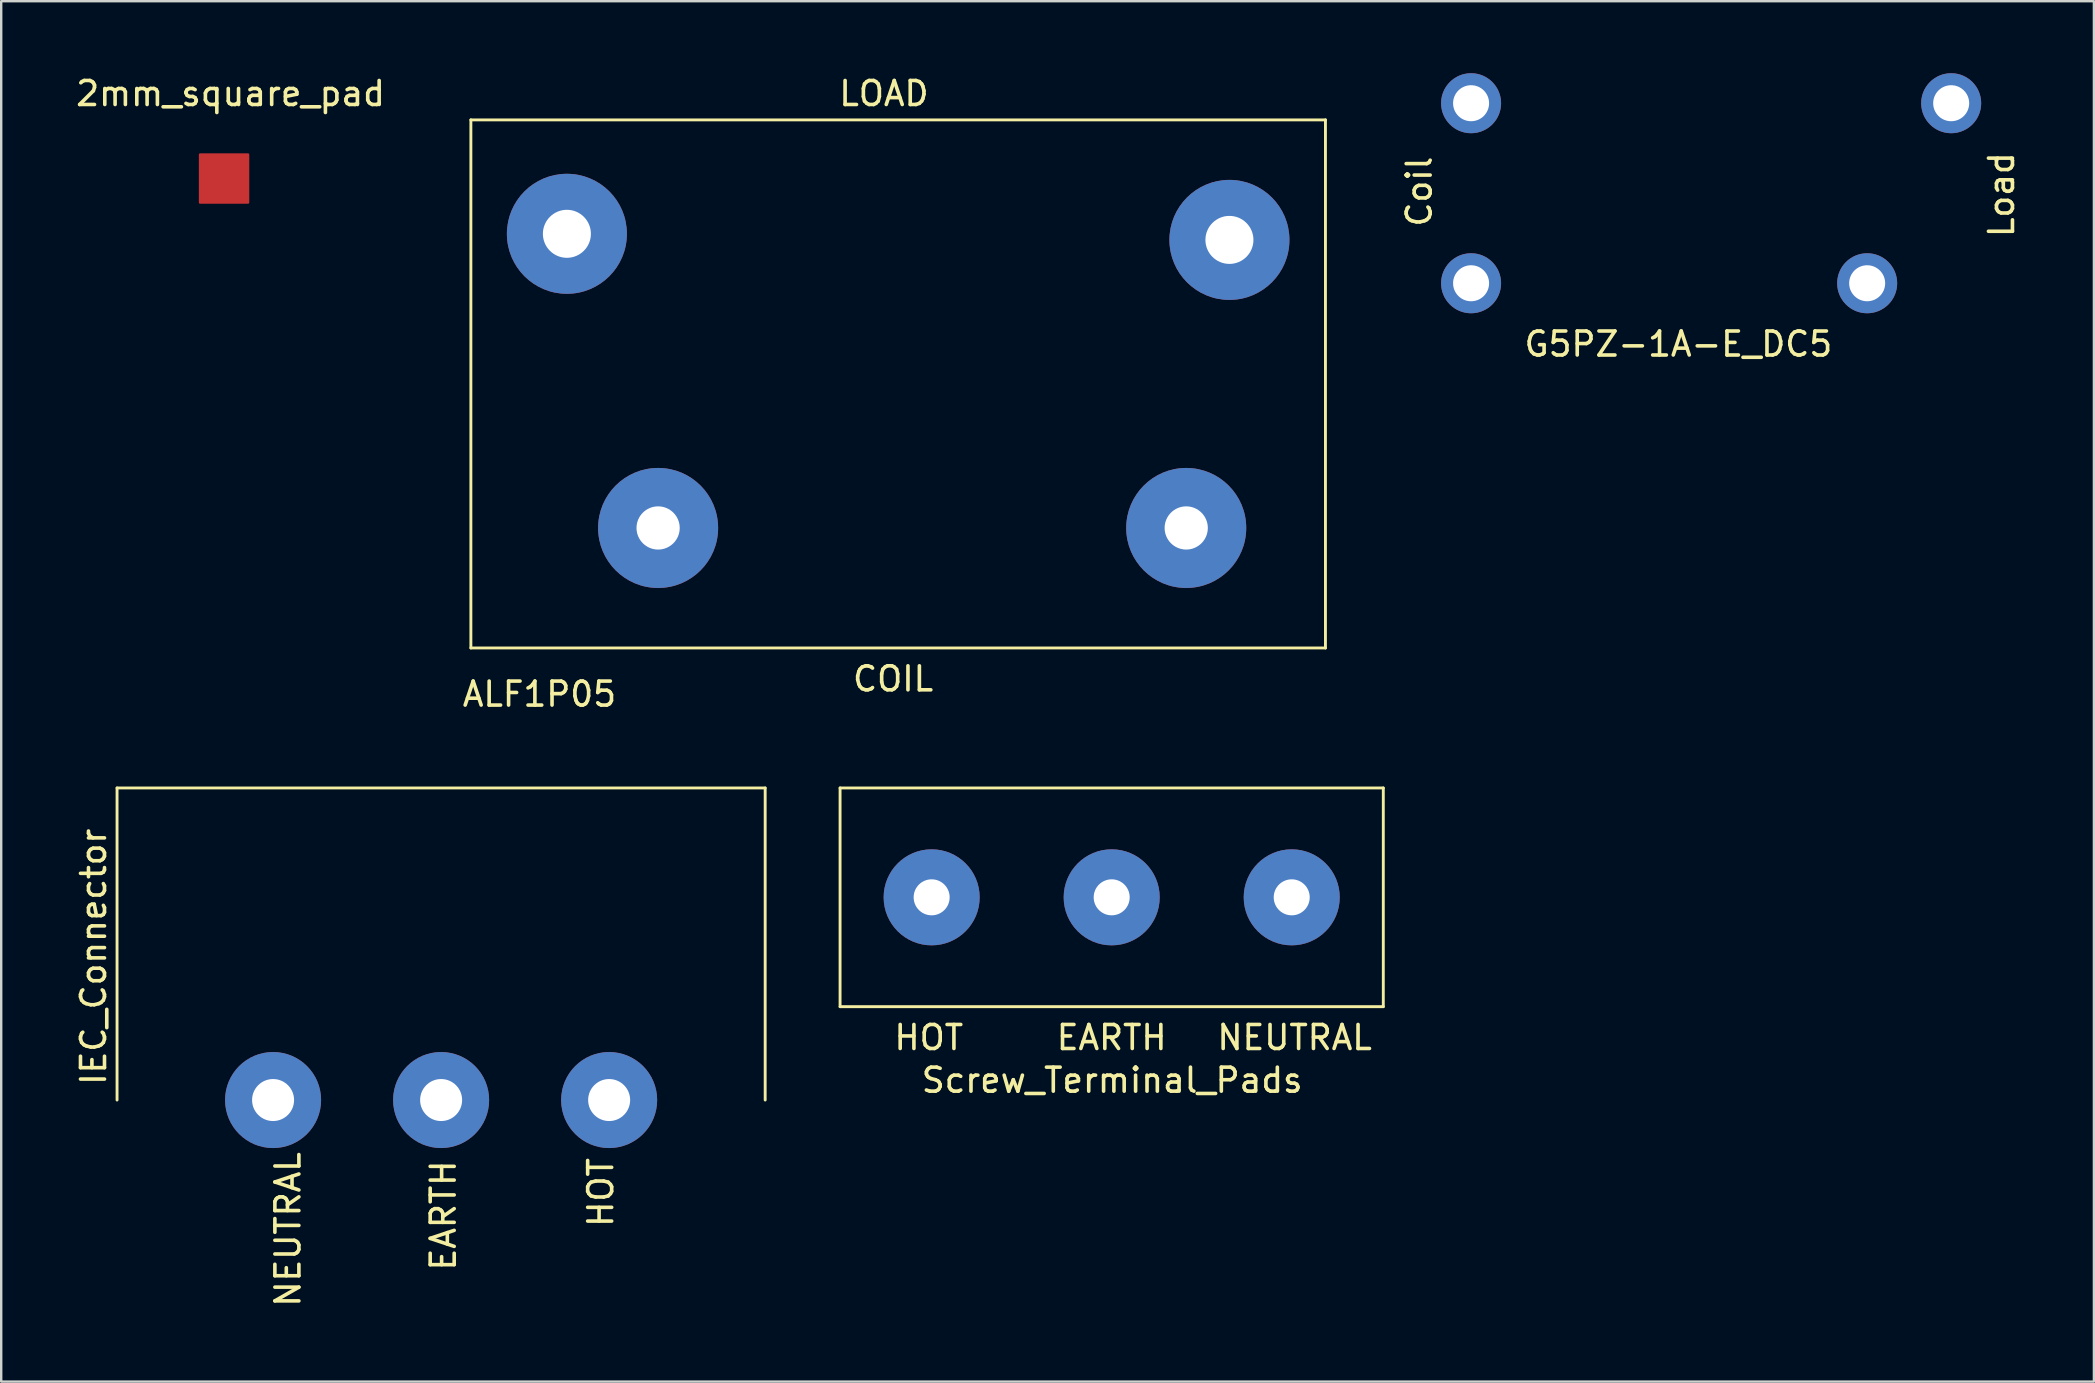
<source format=kicad_pcb>
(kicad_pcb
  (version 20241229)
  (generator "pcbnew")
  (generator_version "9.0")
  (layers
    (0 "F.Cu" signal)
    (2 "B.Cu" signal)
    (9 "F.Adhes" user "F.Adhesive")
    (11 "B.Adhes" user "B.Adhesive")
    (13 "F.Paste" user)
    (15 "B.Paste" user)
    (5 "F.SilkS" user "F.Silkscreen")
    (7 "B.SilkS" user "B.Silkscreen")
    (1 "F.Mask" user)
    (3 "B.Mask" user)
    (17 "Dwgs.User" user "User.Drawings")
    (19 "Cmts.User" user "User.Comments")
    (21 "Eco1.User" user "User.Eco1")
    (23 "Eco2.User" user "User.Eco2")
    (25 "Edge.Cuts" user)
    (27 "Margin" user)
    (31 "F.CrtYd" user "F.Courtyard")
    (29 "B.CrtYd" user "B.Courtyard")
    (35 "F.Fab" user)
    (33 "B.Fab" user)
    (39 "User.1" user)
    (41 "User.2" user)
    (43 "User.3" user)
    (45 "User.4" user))
  (footprint "IEC_Connector"
    (layer "F.Cu")
    (at 15.326 42.776)
    (property "Reference" "IEC_Connector" (at -14.478 -5.969 90) (layer "F.SilkS") (effects (font (size 1 1) (thickness 0.15))))
    (attr through_hole)
    (fp_line (start -13.5 -13) (end 13.5 -13) (stroke (width 0.12) (type solid)) (layer "F.SilkS"))
    (fp_line (start -13.5 0) (end -13.5 -13) (stroke (width 0.12) (type solid)) (layer "F.SilkS"))
    (fp_line (start 13.5 0) (end 13.5 -13) (stroke (width 0.12) (type solid)) (layer "F.SilkS"))
    (fp_text user "HOT" (at 6.65 3.85 270) (layer "F.SilkS") (effects (font (size 1 1) (thickness 0.15))))
    (fp_text user "EARTH" (at 0.09 4.81 270) (layer "F.SilkS") (effects (font (size 1 1) (thickness 0.15))))
    (fp_text user "NEUTRAL" (at -6.38 5.39 90) (layer "F.SilkS") (effects (font (size 1 1) (thickness 0.15))))
    (pad "0" thru_hole circle (at 7 0) (size 4 4) (drill 1.75) (layers "*.Cu" "*.Mask"))
    (pad "1" thru_hole circle (at -7 0) (size 4 4) (drill 1.75) (layers "*.Cu" "*.Mask"))
    (pad "2" thru_hole circle (at 0 0) (size 4 4) (drill 1.75) (layers "*.Cu" "*.Mask")))
  (footprint "Screw_Terminal_Pads"
    (layer "F.Cu")
    (at 43.261 34.331)
    (property "Reference" "Screw_Terminal_Pads" (at 0.02 7.62 0) (layer "F.SilkS") (effects (font (size 1 1) (thickness 0.15))))
    (attr through_hole)
    (fp_line (start -11.315 -4.555) (end 11.315 -4.555) (stroke (width 0.12) (type solid)) (layer "F.SilkS"))
    (fp_line (start -11.315 4.555) (end -11.315 -4.555) (stroke (width 0.12) (type solid)) (layer "F.SilkS"))
    (fp_line (start -11.315 4.555) (end 11.315 4.555) (stroke (width 0.12) (type solid)) (layer "F.SilkS"))
    (fp_line (start 11.315 4.555) (end 11.315 -4.555) (stroke (width 0.12) (type solid)) (layer "F.SilkS"))
    (fp_text user "NEUTRAL" (at 7.62 5.842 0) (layer "F.SilkS") (effects (font (size 1 1) (thickness 0.15))))
    (fp_text user "EARTH" (at 0 5.842 0) (layer "F.SilkS") (effects (font (size 1 1) (thickness 0.15))))
    (fp_text user "HOT" (at -7.62 5.842 0) (layer "F.SilkS") (effects (font (size 1 1) (thickness 0.15))))
    (pad "1" thru_hole circle (at 0 0) (size 4 4) (drill 1.5) (layers "*.Cu" "*.Mask"))
    (pad "2" thru_hole circle (at 7.5 0) (size 4 4) (drill 1.5) (layers "*.Cu" "*.Mask"))
    (pad "3" thru_hole circle (at -7.5 0) (size 4 4) (drill 1.5) (layers "*.Cu" "*.Mask")))
  (footprint "G5PZ-1A-E_DC5"
    (layer "F.Cu")
    (at 58.233 1.25)
    (property "Reference" "G5PZ-1A-E_DC5" (at 8.636 10.033 0) (layer "F.SilkS") (effects (font (size 1 1) (thickness 0.15))))
    (attr through_hole)
    (fp_text user "Coil" (at -2.159 3.683 270) (layer "F.SilkS") (effects (font (size 1 1) (thickness 0.15))))
    (fp_text user "Load" (at 22.098 3.81 90) (layer "F.SilkS") (effects (font (size 1 1) (thickness 0.15))))
    (pad "1" thru_hole circle (at 0 7.5) (size 2.5 2.5) (drill 1.5) (layers "*.Cu" "*.Mask"))
    (pad "2" thru_hole circle (at 0 0) (size 2.5 2.5) (drill 1.5) (layers "*.Cu" "*.Mask"))
    (pad "3" thru_hole circle (at 20 0) (size 2.5 2.5) (drill 1.5) (layers "*.Cu" "*.Mask"))
    (pad "4" thru_hole circle (at 16.5 7.5) (size 2.5 2.5) (drill 1.5) (layers "*.Cu" "*.Mask")))
  (footprint "2mm_square_pad"
    (layer "F.Cu")
    (at 5.284 3.388)
    (property "Reference" "2mm_square_pad" (at 1.27 -2.54 0) (layer "F.SilkS") (effects (font (size 1 1) (thickness 0.15))))
    (attr through_hole)
    (fp_poly (pts (xy 2 2) (xy 0 2) (xy 0 0) (xy 2 0)) (stroke (width 0.1) (type solid)) (fill yes) (layer "F.Cu")))
  (footprint "ALF1P05"
    (layer "F.Cu")
    (at 20.566 6.944)
    (property "Reference" "ALF1P05" (at -1.143 18.923 0) (layer "F.SilkS") (effects (font (size 1 1) (thickness 0.15))))
    (attr through_hole)
    (fp_line (start -4 -5) (end 31.6 -5) (stroke (width 0.12) (type solid)) (layer "F.SilkS"))
    (fp_line (start -4 17) (end -4 -5) (stroke (width 0.12) (type solid)) (layer "F.SilkS"))
    (fp_line (start 31.6 17) (end -4 17) (stroke (width 0.12) (type solid)) (layer "F.SilkS"))
    (fp_line (start 31.6 17) (end 31.6 -5) (stroke (width 0.12) (type solid)) (layer "F.SilkS"))
    (fp_text user "LOAD" (at 13.208 -6.096 0) (layer "F.SilkS") (effects (font (size 1 1) (thickness 0.15))))
    (fp_text user "COIL" (at 13.589 18.288 0) (layer "F.SilkS") (effects (font (size 1 1) (thickness 0.15))))
    (pad "0" thru_hole circle (at 3.8 12) (size 5 5) (drill 1.8) (layers "*.Cu" "*.Mask"))
    (pad "1" thru_hole circle (at 25.8 12) (size 5 5) (drill 1.8) (layers "*.Cu" "*.Mask"))
    (pad "2" thru_hole circle (at 0 -0.254) (size 5 5) (drill 2) (layers "*.Cu" "*.Mask"))
    (pad "3" thru_hole circle (at 27.6 0) (size 5 5) (drill 2) (layers "*.Cu" "*.Mask")))
  (gr_rect
    (start -3 -3)
    (end 84.179 54.505)
    (stroke (width 0.1) (type default))
    (fill no)
    (layer "Edge.Cuts")))
</source>
